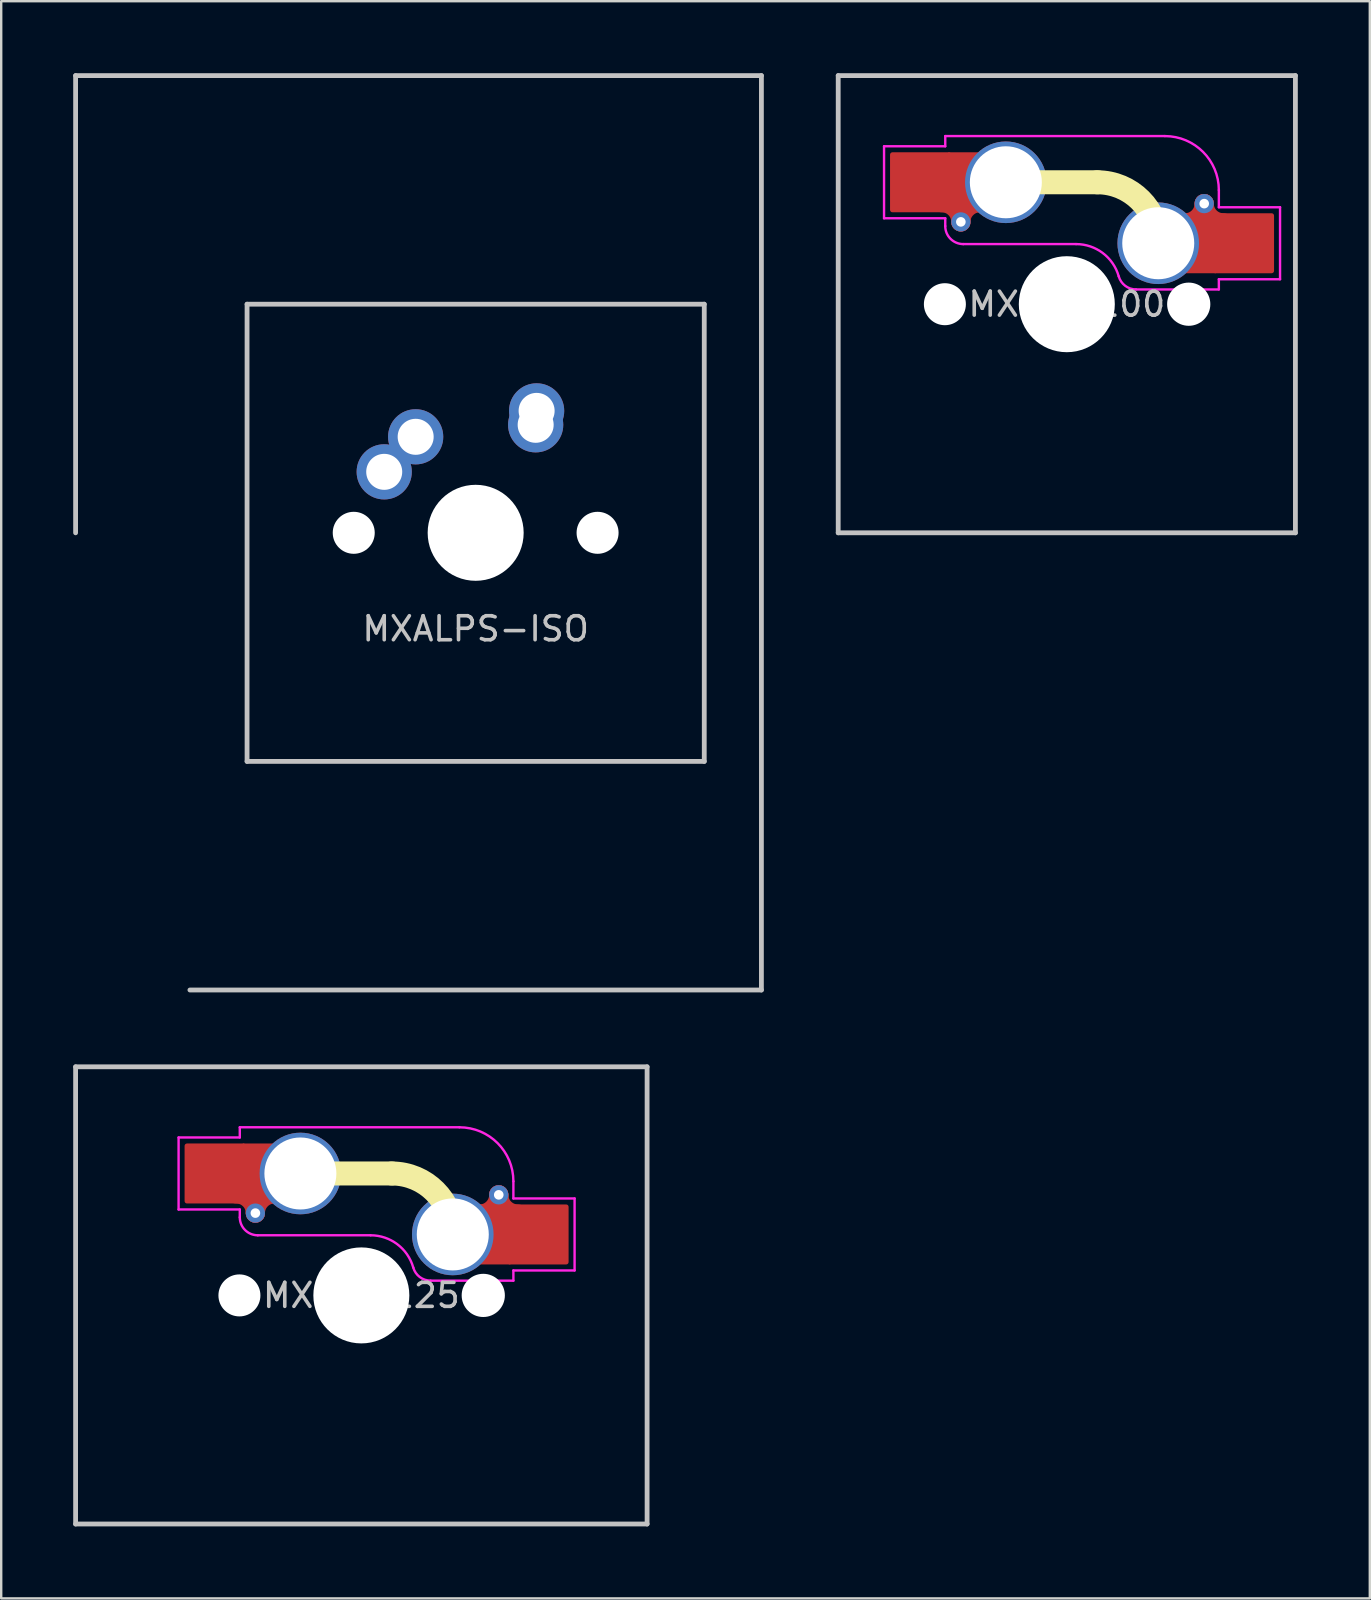
<source format=kicad_pcb>
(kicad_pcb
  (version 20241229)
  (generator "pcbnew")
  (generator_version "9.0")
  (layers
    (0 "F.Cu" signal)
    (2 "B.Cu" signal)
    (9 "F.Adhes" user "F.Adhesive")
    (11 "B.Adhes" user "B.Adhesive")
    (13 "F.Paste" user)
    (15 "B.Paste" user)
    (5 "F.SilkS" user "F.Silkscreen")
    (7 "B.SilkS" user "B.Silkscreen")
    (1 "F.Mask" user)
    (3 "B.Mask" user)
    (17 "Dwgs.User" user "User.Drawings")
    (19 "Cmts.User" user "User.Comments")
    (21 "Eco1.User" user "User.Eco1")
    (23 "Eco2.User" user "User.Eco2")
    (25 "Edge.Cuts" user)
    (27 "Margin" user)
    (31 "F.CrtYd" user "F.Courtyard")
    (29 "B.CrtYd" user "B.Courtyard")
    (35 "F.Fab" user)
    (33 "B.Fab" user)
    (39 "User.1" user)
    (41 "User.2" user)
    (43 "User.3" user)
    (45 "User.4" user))
  (footprint "MXHS-125"
    (layer "F.Cu")
    (at 12.006 50.925)
    (property "Reference" "MXHS-125" (at 0 0 0) (layer "Dwgs.User") (effects (font (size 1 1) (thickness 0.15))))
    (attr through_hole)
    (fp_arc (start -5.215 -4.23) (mid -4.649315 -3.995685) (end -4.415 -3.43) (stroke (width 0.8) (type solid)) (layer "F.Cu"))
    (fp_arc (start -4.415 -3.43) (mid -4.180685 -3.995685) (end -3.615 -4.23) (stroke (width 0.8) (type solid)) (layer "F.Cu"))
    (fp_arc (start 5.725 -4.19) (mid 5.490685 -3.624315) (end 4.925 -3.39) (stroke (width 0.8) (type solid)) (layer "F.Cu"))
    (fp_arc (start 6.525 -3.39) (mid 5.959315 -3.624315) (end 5.725 -4.19) (stroke (width 0.8) (type solid)) (layer "F.Cu"))
    (fp_line (start -2.54 -5.08) (end 1.27 -5.08) (stroke (width 1) (type solid)) (layer "F.SilkS"))
    (fp_arc (start 1.27 -5.08) (mid 3.066051 -4.336051) (end 3.81 -2.54) (stroke (width 1) (type solid)) (layer "F.SilkS"))
    (fp_line (start -11.906 -9.525) (end -11.906 9.525) (stroke (width 0.2) (type solid)) (layer "Dwgs.User"))
    (fp_line (start -11.906 9.525) (end 11.906 9.525) (stroke (width 0.2) (type solid)) (layer "Dwgs.User"))
    (fp_line (start 11.906 -9.525) (end -11.906 -9.525) (stroke (width 0.2) (type solid)) (layer "Dwgs.User"))
    (fp_line (start 11.906 9.525) (end 11.906 -9.525) (stroke (width 0.2) (type solid)) (layer "Dwgs.User"))
    (fp_line (start -7.615 -6.58) (end -5.065 -6.58) (stroke (width 0.1) (type solid)) (layer "F.CrtYd"))
    (fp_line (start -7.615 -3.58) (end -7.615 -6.58) (stroke (width 0.1) (type solid)) (layer "F.CrtYd"))
    (fp_line (start -5.065 -7.005) (end 4.085 -7.005) (stroke (width 0.1) (type solid)) (layer "F.CrtYd"))
    (fp_line (start -5.065 -6.58) (end -5.065 -7.005) (stroke (width 0.1) (type solid)) (layer "F.CrtYd"))
    (fp_line (start -5.065 -3.58) (end -7.615 -3.58) (stroke (width 0.1) (type solid)) (layer "F.CrtYd"))
    (fp_line (start -5.065 -3.255) (end -5.065 -3.58) (stroke (width 0.1) (type solid)) (layer "F.CrtYd"))
    (fp_line (start 0.385 -2.505) (end -4.315 -2.505) (stroke (width 0.1) (type solid)) (layer "F.CrtYd"))
    (fp_line (start 6.335 -4.755) (end 6.335 -4.04) (stroke (width 0.1) (type solid)) (layer "F.CrtYd"))
    (fp_line (start 6.335 -4.04) (end 8.885 -4.04) (stroke (width 0.1) (type solid)) (layer "F.CrtYd"))
    (fp_line (start 6.335 -1.04) (end 6.335 -0.615) (stroke (width 0.1) (type solid)) (layer "F.CrtYd"))
    (fp_line (start 6.335 -0.615) (end 2.885 -0.615) (stroke (width 0.1) (type solid)) (layer "F.CrtYd"))
    (fp_line (start 8.885 -4.04) (end 8.885 -1.04) (stroke (width 0.1) (type solid)) (layer "F.CrtYd"))
    (fp_line (start 8.885 -1.04) (end 6.335 -1.04) (stroke (width 0.1) (type solid)) (layer "F.CrtYd"))
    (fp_arc (start -4.315 -2.505) (mid -4.84533 -2.72467) (end -5.065 -3.255) (stroke (width 0.1) (type solid)) (layer "F.CrtYd"))
    (fp_arc (start 0.385 -2.505) (mid 1.499718 -2.131055) (end 2.163413 -1.16052) (stroke (width 0.1) (type solid)) (layer "F.CrtYd"))
    (fp_arc (start 2.884999 -0.615) (mid 2.432706 -0.766728) (end 2.163413 -1.16052) (stroke (width 0.1) (type solid)) (layer "F.CrtYd"))
    (fp_arc (start 4.085 -7.005) (mid 5.67599 -6.34599) (end 6.335 -4.755) (stroke (width 0.1) (type solid)) (layer "F.CrtYd"))
    (pad "" np_thru_hole circle (at -5.08 0) (size 1.75 1.75) (drill 1.75) (layers "*.Cu" "*.Mask"))
    (pad "" np_thru_hole circle (at 0 0) (size 4 4) (drill 4) (layers "*.Cu" "*.Mask"))
    (pad "" np_thru_hole circle (at 5.08 0) (size 1.8 1.8) (drill 1.8) (layers "*.Cu" "*.Mask"))
    (pad "1" thru_hole circle (at 3.81 -2.54) (size 3.4 3.4) (drill 3) (layers "*.Cu" "F.Mask"))
    (pad "1" smd rect (at 5.21 -2.54) (size 2 2.5) (layers "F.Cu"))
    (pad "1" thru_hole circle (at 5.725 -4.19 180) (size 0.8 0.8) (drill 0.4) (layers "*.Cu"))
    (pad "1" smd roundrect (at 5.725 -3.365) (size 0.8 2.45) (layers "F.Cu") (roundrect_rratio 0.5))
    (pad "1" smd roundrect (at 7.36 -2.54) (size 2.55 2.5) (layers "F.Cu" "F.Mask" "F.Paste") (roundrect_rratio 0.04))
    (pad "2" smd roundrect (at -6.09 -5.08) (size 2.55 2.5) (layers "F.Cu" "F.Mask" "F.Paste") (roundrect_rratio 0.04))
    (pad "2" smd roundrect (at -4.415 -4.255) (size 0.8 2.45) (layers "F.Cu") (roundrect_rratio 0.5))
    (pad "2" thru_hole circle (at -4.415 -3.43 180) (size 0.8 0.8) (drill 0.4) (layers "*.Cu"))
    (pad "2" smd rect (at -3.94 -5.08) (size 2 2.5) (layers "F.Cu"))
    (pad "2" thru_hole circle (at -2.54 -5.08) (size 3.4 3.4) (drill 3) (layers "*.Cu" "F.Mask")))
  (footprint "MXHS-100"
    (layer "F.Cu")
    (at 41.4 9.625)
    (property "Reference" "MXHS-100" (at 0 0 0) (layer "Dwgs.User") (effects (font (size 1 1) (thickness 0.15))))
    (attr through_hole)
    (fp_arc (start -5.215 -4.23) (mid -4.649315 -3.995685) (end -4.415 -3.43) (stroke (width 0.8) (type solid)) (layer "F.Cu"))
    (fp_arc (start -4.415 -3.43) (mid -4.180685 -3.995685) (end -3.615 -4.23) (stroke (width 0.8) (type solid)) (layer "F.Cu"))
    (fp_arc (start 5.725 -4.19) (mid 5.490685 -3.624315) (end 4.925 -3.39) (stroke (width 0.8) (type solid)) (layer "F.Cu"))
    (fp_arc (start 6.525 -3.39) (mid 5.959315 -3.624315) (end 5.725 -4.19) (stroke (width 0.8) (type solid)) (layer "F.Cu"))
    (fp_line (start -2.54 -5.08) (end 1.27 -5.08) (stroke (width 1) (type solid)) (layer "F.SilkS"))
    (fp_arc (start 1.27 -5.08) (mid 3.066051 -4.336051) (end 3.81 -2.54) (stroke (width 1) (type solid)) (layer "F.SilkS"))
    (fp_line (start -9.525 -9.525) (end -9.525 9.525) (stroke (width 0.2) (type solid)) (layer "Dwgs.User"))
    (fp_line (start -9.525 9.525) (end 9.525 9.525) (stroke (width 0.2) (type solid)) (layer "Dwgs.User"))
    (fp_line (start 9.525 -9.525) (end -9.525 -9.525) (stroke (width 0.2) (type solid)) (layer "Dwgs.User"))
    (fp_line (start 9.525 9.525) (end 9.525 -9.525) (stroke (width 0.2) (type solid)) (layer "Dwgs.User"))
    (fp_line (start -7.615 -6.58) (end -5.065 -6.58) (stroke (width 0.1) (type solid)) (layer "F.CrtYd"))
    (fp_line (start -7.615 -3.58) (end -7.615 -6.58) (stroke (width 0.1) (type solid)) (layer "F.CrtYd"))
    (fp_line (start -5.065 -7.005) (end 4.085 -7.005) (stroke (width 0.1) (type solid)) (layer "F.CrtYd"))
    (fp_line (start -5.065 -6.58) (end -5.065 -7.005) (stroke (width 0.1) (type solid)) (layer "F.CrtYd"))
    (fp_line (start -5.065 -3.58) (end -7.615 -3.58) (stroke (width 0.1) (type solid)) (layer "F.CrtYd"))
    (fp_line (start -5.065 -3.255) (end -5.065 -3.58) (stroke (width 0.1) (type solid)) (layer "F.CrtYd"))
    (fp_line (start 0.385 -2.505) (end -4.315 -2.505) (stroke (width 0.1) (type solid)) (layer "F.CrtYd"))
    (fp_line (start 6.335 -4.755) (end 6.335 -4.04) (stroke (width 0.1) (type solid)) (layer "F.CrtYd"))
    (fp_line (start 6.335 -4.04) (end 8.885 -4.04) (stroke (width 0.1) (type solid)) (layer "F.CrtYd"))
    (fp_line (start 6.335 -1.04) (end 6.335 -0.615) (stroke (width 0.1) (type solid)) (layer "F.CrtYd"))
    (fp_line (start 6.335 -0.615) (end 2.885 -0.615) (stroke (width 0.1) (type solid)) (layer "F.CrtYd"))
    (fp_line (start 8.885 -4.04) (end 8.885 -1.04) (stroke (width 0.1) (type solid)) (layer "F.CrtYd"))
    (fp_line (start 8.885 -1.04) (end 6.335 -1.04) (stroke (width 0.1) (type solid)) (layer "F.CrtYd"))
    (fp_arc (start -4.315 -2.505) (mid -4.84533 -2.72467) (end -5.065 -3.255) (stroke (width 0.1) (type solid)) (layer "F.CrtYd"))
    (fp_arc (start 0.385 -2.505) (mid 1.499718 -2.131055) (end 2.163413 -1.16052) (stroke (width 0.1) (type solid)) (layer "F.CrtYd"))
    (fp_arc (start 2.884999 -0.615) (mid 2.432706 -0.766728) (end 2.163413 -1.16052) (stroke (width 0.1) (type solid)) (layer "F.CrtYd"))
    (fp_arc (start 4.085 -7.005) (mid 5.67599 -6.34599) (end 6.335 -4.755) (stroke (width 0.1) (type solid)) (layer "F.CrtYd"))
    (pad "" np_thru_hole circle (at -5.08 0) (size 1.75 1.75) (drill 1.75) (layers "*.Cu" "*.Mask"))
    (pad "" np_thru_hole circle (at 0 0) (size 4 4) (drill 4) (layers "*.Cu" "*.Mask"))
    (pad "" np_thru_hole circle (at 5.08 0) (size 1.8 1.8) (drill 1.8) (layers "*.Cu" "*.Mask"))
    (pad "1" thru_hole circle (at 3.81 -2.54) (size 3.4 3.4) (drill 3) (layers "*.Cu" "F.Mask"))
    (pad "1" smd rect (at 5.21 -2.54) (size 2 2.5) (layers "F.Cu"))
    (pad "1" thru_hole circle (at 5.725 -4.19 180) (size 0.8 0.8) (drill 0.4) (layers "*.Cu"))
    (pad "1" smd roundrect (at 5.725 -3.365) (size 0.8 2.45) (layers "F.Cu") (roundrect_rratio 0.5))
    (pad "1" smd roundrect (at 7.36 -2.54) (size 2.55 2.5) (layers "F.Cu" "F.Mask" "F.Paste") (roundrect_rratio 0.04))
    (pad "2" smd roundrect (at -6.09 -5.08) (size 2.55 2.5) (layers "F.Cu" "F.Mask" "F.Paste") (roundrect_rratio 0.04))
    (pad "2" smd roundrect (at -4.415 -4.255) (size 0.8 2.45) (layers "F.Cu") (roundrect_rratio 0.5))
    (pad "2" thru_hole circle (at -4.415 -3.43 180) (size 0.8 0.8) (drill 0.4) (layers "*.Cu"))
    (pad "2" smd rect (at -3.94 -5.08) (size 2 2.5) (layers "F.Cu"))
    (pad "2" thru_hole circle (at -2.54 -5.08) (size 3.4 3.4) (drill 3) (layers "*.Cu" "F.Mask")))
  (footprint "MXALPS-ISO"
    (layer "F.Cu")
    (at 16.769 19.15)
    (property "Reference" "MXALPS-ISO" (at 0 4 0) (layer "Dwgs.User") (effects (font (size 1 1) (thickness 0.15))))
    (attr through_hole)
    (fp_line (start -16.669 0) (end -16.669 -19.05) (stroke (width 0.2) (type solid)) (layer "Dwgs.User"))
    (fp_line (start -9.525 -9.525) (end 9.525 -9.525) (stroke (width 0.2) (type solid)) (layer "Dwgs.User"))
    (fp_line (start -9.525 9.525) (end -9.525 -9.525) (stroke (width 0.2) (type solid)) (layer "Dwgs.User"))
    (fp_line (start 9.525 -9.525) (end 9.525 9.525) (stroke (width 0.2) (type solid)) (layer "Dwgs.User"))
    (fp_line (start 9.525 9.525) (end -9.525 9.525) (stroke (width 0.2) (type solid)) (layer "Dwgs.User"))
    (fp_line (start 11.906 -19.05) (end -16.669 -19.05) (stroke (width 0.2) (type solid)) (layer "Dwgs.User"))
    (fp_line (start 11.906 19.05) (end -11.906 19.05) (stroke (width 0.2) (type solid)) (layer "Dwgs.User"))
    (fp_line (start 11.906 19.05) (end 11.906 -19.05) (stroke (width 0.2) (type solid)) (layer "Dwgs.User"))
    (pad "" np_thru_hole circle (at -5.08 0) (size 1.75 1.75) (drill 1.75) (layers "*.Cu" "*.Mask"))
    (pad "" np_thru_hole circle (at 0 0) (size 4 4) (drill 4) (layers "*.Cu" "*.Mask"))
    (pad "" np_thru_hole circle (at 5.08 0) (size 1.75 1.75) (drill 1.75) (layers "*.Cu" "*.Mask"))
    (pad "1" thru_hole circle (at 2.5 -4.5) (size 2.3 2.3) (drill 1.5) (layers "*.Cu" "*.Mask"))
    (pad "1" thru_hole circle (at 2.54 -5.08) (size 2.3 2.3) (drill 1.5) (layers "*.Cu" "B.Mask"))
    (pad "2" thru_hole circle (at -3.81 -2.54) (size 2.3 2.3) (drill 1.5) (layers "*.Cu" "B.Mask"))
    (pad "3" thru_hole circle (at -2.5 -4) (size 2.3 2.3) (drill 1.5) (layers "*.Cu" "B.Mask")))
  (gr_rect
    (start -3 -3)
    (end 54.025 63.55)
    (stroke (width 0.1) (type default))
    (fill no)
    (layer "Edge.Cuts")))
</source>
